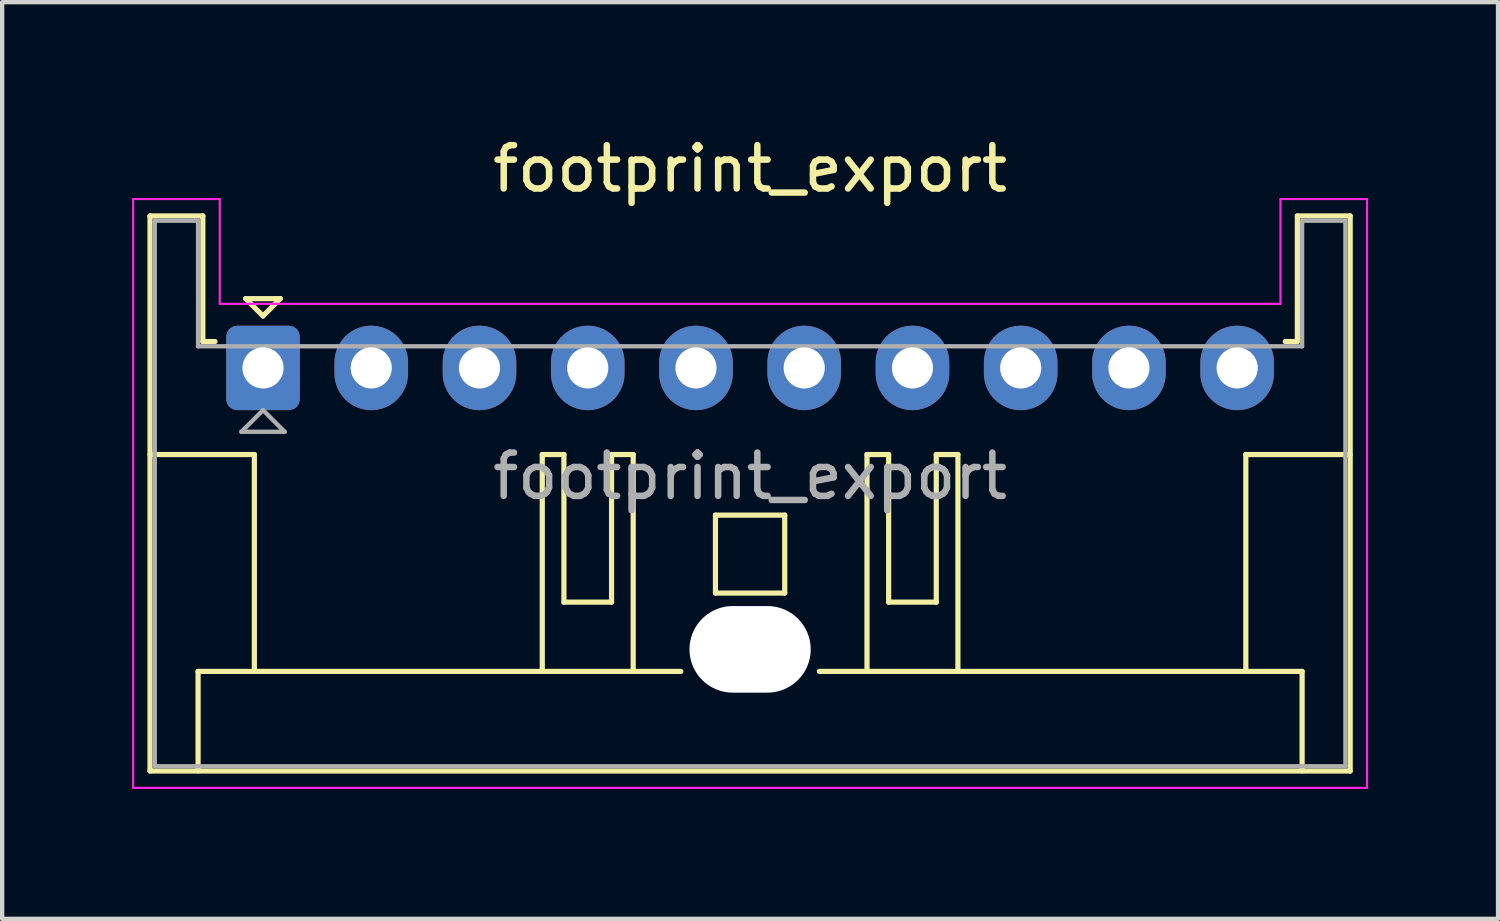
<source format=kicad_pcb>
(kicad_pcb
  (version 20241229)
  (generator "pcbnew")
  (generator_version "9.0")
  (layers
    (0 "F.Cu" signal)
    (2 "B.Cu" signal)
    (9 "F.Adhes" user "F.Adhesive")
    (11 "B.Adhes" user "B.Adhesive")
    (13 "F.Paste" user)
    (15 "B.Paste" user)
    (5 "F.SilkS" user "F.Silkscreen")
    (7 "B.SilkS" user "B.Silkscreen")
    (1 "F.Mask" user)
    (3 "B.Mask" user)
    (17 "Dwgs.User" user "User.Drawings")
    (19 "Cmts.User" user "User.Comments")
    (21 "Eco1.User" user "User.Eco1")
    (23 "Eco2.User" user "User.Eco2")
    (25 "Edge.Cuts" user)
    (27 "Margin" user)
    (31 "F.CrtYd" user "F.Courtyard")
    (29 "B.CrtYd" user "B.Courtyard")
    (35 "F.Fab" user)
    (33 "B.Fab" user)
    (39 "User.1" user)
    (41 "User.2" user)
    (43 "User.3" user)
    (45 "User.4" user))
  (footprint "footprint_export"
    (layer "F.Cu")
    (at 3.025 5.448)
    (property "Reference" "footprint_export" (at 11.25 -4.6 0) (layer "F.SilkS") (effects (font (size 1 1) (thickness 0.15))))
    (attr through_hole)
    (fp_line (start -2.61 -3.51) (end -2.61 9.31) (stroke (width 0.12) (type solid)) (layer "F.SilkS"))
    (fp_line (start -2.61 9.31) (end 25.11 9.31) (stroke (width 0.12) (type solid)) (layer "F.SilkS"))
    (fp_line (start -1.5 7.01) (end 9.65 7.01) (stroke (width 0.12) (type solid)) (layer "F.SilkS"))
    (fp_line (start -1.5 9.31) (end -1.5 7.01) (stroke (width 0.12) (type solid)) (layer "F.SilkS"))
    (fp_line (start -1.39 -3.51) (end -2.61 -3.51) (stroke (width 0.12) (type solid)) (layer "F.SilkS"))
    (fp_line (start -1.39 -0.61) (end -1.39 -3.51) (stroke (width 0.12) (type solid)) (layer "F.SilkS"))
    (fp_line (start -1.11 -0.61) (end -1.39 -0.61) (stroke (width 0.12) (type solid)) (layer "F.SilkS"))
    (fp_line (start -0.4 -1.6) (end 0.4 -1.6) (stroke (width 0.12) (type solid)) (layer "F.SilkS"))
    (fp_line (start -0.2 2) (end -2.61 2) (stroke (width 0.12) (type solid)) (layer "F.SilkS"))
    (fp_line (start -0.2 7.01) (end -0.2 2) (stroke (width 0.12) (type solid)) (layer "F.SilkS"))
    (fp_line (start 0 -1.2) (end -0.4 -1.6) (stroke (width 0.12) (type solid)) (layer "F.SilkS"))
    (fp_line (start 0.4 -1.6) (end 0 -1.2) (stroke (width 0.12) (type solid)) (layer "F.SilkS"))
    (fp_line (start 6.45 2) (end 6.45 7.01) (stroke (width 0.12) (type solid)) (layer "F.SilkS"))
    (fp_line (start 6.95 2) (end 6.45 2) (stroke (width 0.12) (type solid)) (layer "F.SilkS"))
    (fp_line (start 6.95 5.41) (end 6.95 2) (stroke (width 0.12) (type solid)) (layer "F.SilkS"))
    (fp_line (start 8.05 2) (end 8.05 5.41) (stroke (width 0.12) (type solid)) (layer "F.SilkS"))
    (fp_line (start 8.05 5.41) (end 6.95 5.41) (stroke (width 0.12) (type solid)) (layer "F.SilkS"))
    (fp_line (start 8.55 2) (end 8.05 2) (stroke (width 0.12) (type solid)) (layer "F.SilkS"))
    (fp_line (start 8.55 7.01) (end 8.55 2) (stroke (width 0.12) (type solid)) (layer "F.SilkS"))
    (fp_line (start 10.45 3.4) (end 12.05 3.4) (stroke (width 0.12) (type solid)) (layer "F.SilkS"))
    (fp_line (start 10.45 5.2) (end 10.45 3.4) (stroke (width 0.12) (type solid)) (layer "F.SilkS"))
    (fp_line (start 12.05 3.4) (end 12.05 5.2) (stroke (width 0.12) (type solid)) (layer "F.SilkS"))
    (fp_line (start 12.05 5.2) (end 10.45 5.2) (stroke (width 0.12) (type solid)) (layer "F.SilkS"))
    (fp_line (start 12.85 7.01) (end 24 7.01) (stroke (width 0.12) (type solid)) (layer "F.SilkS"))
    (fp_line (start 13.95 2) (end 14.45 2) (stroke (width 0.12) (type solid)) (layer "F.SilkS"))
    (fp_line (start 13.95 7.01) (end 13.95 2) (stroke (width 0.12) (type solid)) (layer "F.SilkS"))
    (fp_line (start 14.45 2) (end 14.45 5.41) (stroke (width 0.12) (type solid)) (layer "F.SilkS"))
    (fp_line (start 14.45 5.41) (end 15.55 5.41) (stroke (width 0.12) (type solid)) (layer "F.SilkS"))
    (fp_line (start 15.55 2) (end 16.05 2) (stroke (width 0.12) (type solid)) (layer "F.SilkS"))
    (fp_line (start 15.55 5.41) (end 15.55 2) (stroke (width 0.12) (type solid)) (layer "F.SilkS"))
    (fp_line (start 16.05 2) (end 16.05 7.01) (stroke (width 0.12) (type solid)) (layer "F.SilkS"))
    (fp_line (start 22.7 2) (end 25.11 2) (stroke (width 0.12) (type solid)) (layer "F.SilkS"))
    (fp_line (start 22.7 7.01) (end 22.7 2) (stroke (width 0.12) (type solid)) (layer "F.SilkS"))
    (fp_line (start 23.89 -3.51) (end 23.89 -0.61) (stroke (width 0.12) (type solid)) (layer "F.SilkS"))
    (fp_line (start 23.89 -0.61) (end 23.61 -0.61) (stroke (width 0.12) (type solid)) (layer "F.SilkS"))
    (fp_line (start 24 7.01) (end 24 9.31) (stroke (width 0.12) (type solid)) (layer "F.SilkS"))
    (fp_line (start 25.11 -3.51) (end 23.89 -3.51) (stroke (width 0.12) (type solid)) (layer "F.SilkS"))
    (fp_line (start 25.11 9.31) (end 25.11 -3.51) (stroke (width 0.12) (type solid)) (layer "F.SilkS"))
    (fp_line (start -3 -3.9) (end -3 9.7) (stroke (width 0.05) (type solid)) (layer "F.CrtYd"))
    (fp_line (start -3 9.7) (end 25.5 9.7) (stroke (width 0.05) (type solid)) (layer "F.CrtYd"))
    (fp_line (start -1 -3.9) (end -3 -3.9) (stroke (width 0.05) (type solid)) (layer "F.CrtYd"))
    (fp_line (start -1 -1.48) (end -1 -3.9) (stroke (width 0.05) (type solid)) (layer "F.CrtYd"))
    (fp_line (start 23.5 -3.9) (end 23.5 -1.48) (stroke (width 0.05) (type solid)) (layer "F.CrtYd"))
    (fp_line (start 23.5 -1.48) (end -1 -1.48) (stroke (width 0.05) (type solid)) (layer "F.CrtYd"))
    (fp_line (start 25.5 -3.9) (end 23.5 -3.9) (stroke (width 0.05) (type solid)) (layer "F.CrtYd"))
    (fp_line (start 25.5 9.7) (end 25.5 -3.9) (stroke (width 0.05) (type solid)) (layer "F.CrtYd"))
    (fp_line (start -2.5 -3.4) (end -2.5 9.2) (stroke (width 0.1) (type solid)) (layer "F.Fab"))
    (fp_line (start -2.5 9.2) (end 25 9.2) (stroke (width 0.1) (type solid)) (layer "F.Fab"))
    (fp_line (start -1.5 -3.4) (end -2.5 -3.4) (stroke (width 0.1) (type solid)) (layer "F.Fab"))
    (fp_line (start -1.5 -0.5) (end -1.5 -3.4) (stroke (width 0.1) (type solid)) (layer "F.Fab"))
    (fp_line (start -0.5 1.475) (end 0.5 1.475) (stroke (width 0.1) (type solid)) (layer "F.Fab"))
    (fp_line (start 0 0.975) (end -0.5 1.475) (stroke (width 0.1) (type solid)) (layer "F.Fab"))
    (fp_line (start 0.5 1.475) (end 0 0.975) (stroke (width 0.1) (type solid)) (layer "F.Fab"))
    (fp_line (start 24 -3.4) (end 24 -0.5) (stroke (width 0.1) (type solid)) (layer "F.Fab"))
    (fp_line (start 24 -0.5) (end -1.5 -0.5) (stroke (width 0.1) (type solid)) (layer "F.Fab"))
    (fp_line (start 25 -3.4) (end 24 -3.4) (stroke (width 0.1) (type solid)) (layer "F.Fab"))
    (fp_line (start 25 9.2) (end 25 -3.4) (stroke (width 0.1) (type solid)) (layer "F.Fab"))
    (fp_text user "${REFERENCE}" (at 11.25 2.5 0) (layer "F.Fab") (effects (font (size 1 1) (thickness 0.15))))
    (pad "" np_thru_hole oval (at 11.25 6.5) (size 2.8 2) (drill oval 2.8 2) (layers "*.Cu" "*.Mask"))
    (pad "1" thru_hole roundrect (at 0 0) (size 1.7 1.95) (drill 0.95) (layers "*.Cu" "*.Mask") (roundrect_rratio 0.147))
    (pad "2" thru_hole oval (at 2.5 0) (size 1.7 1.95) (drill 0.95) (layers "*.Cu" "*.Mask"))
    (pad "3" thru_hole oval (at 5 0) (size 1.7 1.95) (drill 0.95) (layers "*.Cu" "*.Mask"))
    (pad "4" thru_hole oval (at 7.5 0) (size 1.7 1.95) (drill 0.95) (layers "*.Cu" "*.Mask"))
    (pad "5" thru_hole oval (at 10 0) (size 1.7 1.95) (drill 0.95) (layers "*.Cu" "*.Mask"))
    (pad "6" thru_hole oval (at 12.5 0) (size 1.7 1.95) (drill 0.95) (layers "*.Cu" "*.Mask"))
    (pad "7" thru_hole oval (at 15 0) (size 1.7 1.95) (drill 0.95) (layers "*.Cu" "*.Mask"))
    (pad "8" thru_hole oval (at 17.5 0) (size 1.7 1.95) (drill 0.95) (layers "*.Cu" "*.Mask"))
    (pad "9" thru_hole oval (at 20 0) (size 1.7 1.95) (drill 0.95) (layers "*.Cu" "*.Mask"))
    (pad "10" thru_hole oval (at 22.5 0) (size 1.7 1.95) (drill 0.95) (layers "*.Cu" "*.Mask")))
  (gr_rect
    (start -3 -3)
    (end 31.55 18.173)
    (stroke (width 0.1) (type default))
    (fill no)
    (layer "Edge.Cuts")))
</source>
